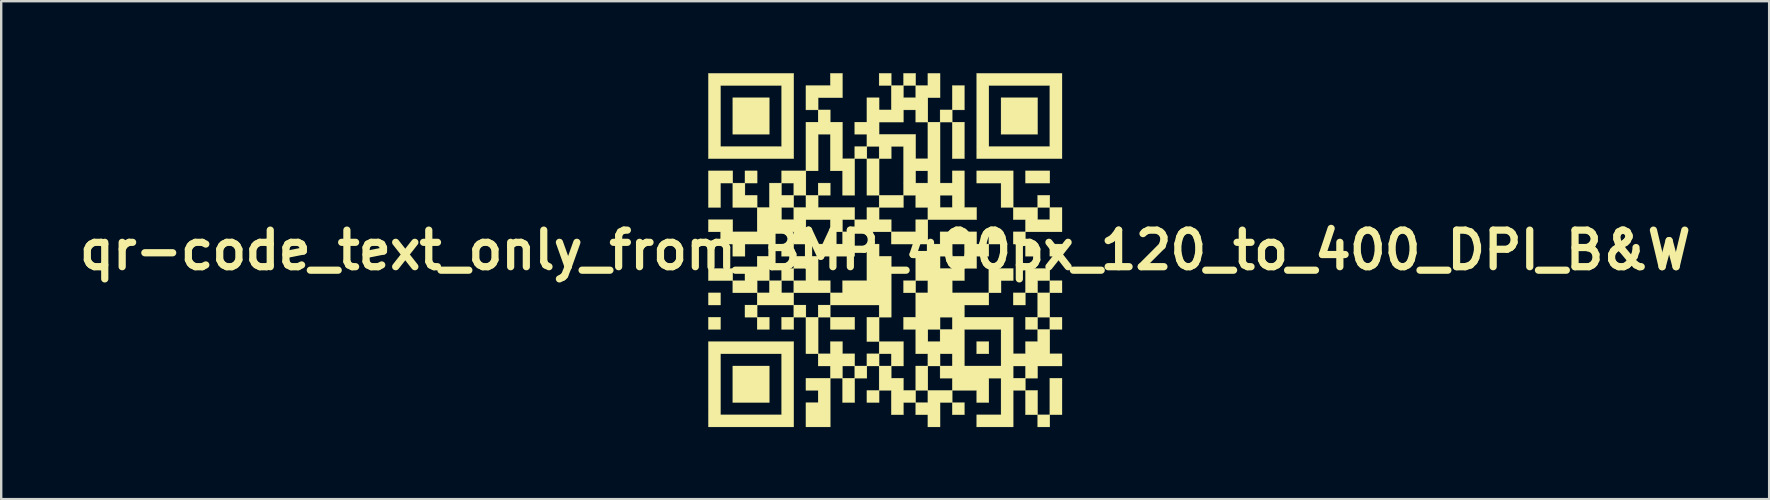
<source format=kicad_pcb>
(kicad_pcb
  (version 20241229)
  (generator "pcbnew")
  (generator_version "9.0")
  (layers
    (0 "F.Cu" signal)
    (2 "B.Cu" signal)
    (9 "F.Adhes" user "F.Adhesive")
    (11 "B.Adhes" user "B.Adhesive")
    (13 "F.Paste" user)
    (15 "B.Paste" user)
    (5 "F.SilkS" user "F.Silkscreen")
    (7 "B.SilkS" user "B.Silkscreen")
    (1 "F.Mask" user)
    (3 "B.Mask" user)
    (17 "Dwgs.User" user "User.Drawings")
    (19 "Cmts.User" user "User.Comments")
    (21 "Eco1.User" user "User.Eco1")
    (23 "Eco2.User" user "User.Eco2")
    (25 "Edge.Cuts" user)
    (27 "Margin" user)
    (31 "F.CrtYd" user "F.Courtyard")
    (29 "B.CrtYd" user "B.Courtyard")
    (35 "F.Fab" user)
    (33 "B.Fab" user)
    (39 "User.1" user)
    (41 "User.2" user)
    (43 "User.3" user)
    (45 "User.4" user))
  (footprint "qr-code_text_only_from_BMP_400px_120_to_400_DPI_B&W"
    (layer "F.Cu")
    (at 33.826 7.371)
    (property "Reference" "qr-code_text_only_from_BMP_400px_120_to_400_DPI_B&W" (at 0 0 0) (layer "F.SilkS") (effects (font (size 1.524 1.524) (thickness 0.3))))
    (attr through_hole)
    (fp_poly (pts (xy -6.858 2.286) (xy -7.366 2.286) (xy -7.366 1.778) (xy -6.858 1.778) (xy -6.858 2.286)) (stroke (width 0.01) (type solid)) (fill yes) (layer "F.SilkS"))
    (fp_poly (pts (xy -6.858 3.302) (xy -7.366 3.302) (xy -7.366 2.794) (xy -6.858 2.794) (xy -6.858 3.302)) (stroke (width 0.01) (type solid)) (fill yes) (layer "F.SilkS"))
    (fp_poly (pts (xy -6.35 1.27) (xy -7.366 1.27) (xy -7.366 0.762) (xy -6.35 0.762) (xy -6.35 1.27)) (stroke (width 0.01) (type solid)) (fill yes) (layer "F.SilkS"))
    (fp_poly (pts (xy -5.334 -2.794) (xy -5.842 -2.794) (xy -5.842 -3.302) (xy -5.334 -3.302) (xy -5.334 -2.794)) (stroke (width 0.01) (type solid)) (fill yes) (layer "F.SilkS"))
    (fp_poly (pts (xy -5.334 2.794) (xy -5.842 2.794) (xy -5.842 2.286) (xy -5.334 2.286) (xy -5.334 2.794)) (stroke (width 0.01) (type solid)) (fill yes) (layer "F.SilkS"))
    (fp_poly (pts (xy -4.826 -4.826) (xy -6.35 -4.826) (xy -6.35 -6.35) (xy -4.826 -6.35) (xy -4.826 -4.826)) (stroke (width 0.01) (type solid)) (fill yes) (layer "F.SilkS"))
    (fp_poly (pts (xy -4.826 3.302) (xy -5.334 3.302) (xy -5.334 2.794) (xy -4.826 2.794) (xy -4.826 3.302)) (stroke (width 0.01) (type solid)) (fill yes) (layer "F.SilkS"))
    (fp_poly (pts (xy -4.826 6.35) (xy -6.35 6.35) (xy -6.35 4.826) (xy -4.826 4.826) (xy -4.826 6.35)) (stroke (width 0.01) (type solid)) (fill yes) (layer "F.SilkS"))
    (fp_poly (pts (xy -3.81 0.254) (xy -4.318 0.254) (xy -4.318 -0.254) (xy -3.81 -0.254) (xy -3.81 0.254)) (stroke (width 0.01) (type solid)) (fill yes) (layer "F.SilkS"))
    (fp_poly (pts (xy -3.81 3.302) (xy -4.318 3.302) (xy -4.318 2.794) (xy -3.81 2.794) (xy -3.81 3.302)) (stroke (width 0.01) (type solid)) (fill yes) (layer "F.SilkS"))
    (fp_poly (pts (xy -3.302 2.794) (xy -3.81 2.794) (xy -3.81 2.286) (xy -3.302 2.286) (xy -3.302 2.794)) (stroke (width 0.01) (type solid)) (fill yes) (layer "F.SilkS"))
    (fp_poly (pts (xy -2.794 4.318) (xy -3.302 4.318) (xy -3.302 2.794) (xy -2.794 2.794) (xy -2.794 4.318)) (stroke (width 0.01) (type solid)) (fill yes) (layer "F.SilkS"))
    (fp_poly (pts (xy -2.286 -2.286) (xy -2.794 -2.286) (xy -2.794 -2.794) (xy -2.286 -2.794) (xy -2.286 -2.286)) (stroke (width 0.01) (type solid)) (fill yes) (layer "F.SilkS"))
    (fp_poly (pts (xy -2.286 2.794) (xy -2.794 2.794) (xy -2.794 2.286) (xy -2.286 2.286) (xy -2.286 2.794)) (stroke (width 0.01) (type solid)) (fill yes) (layer "F.SilkS"))
    (fp_poly (pts (xy -1.27 3.302) (xy -2.286 3.302) (xy -2.286 2.794) (xy -1.27 2.794) (xy -1.27 3.302)) (stroke (width 0.01) (type solid)) (fill yes) (layer "F.SilkS"))
    (fp_poly (pts (xy -0.762 -3.81) (xy -1.27 -3.81) (xy -1.27 -4.318) (xy -0.762 -4.318) (xy -0.762 -3.81)) (stroke (width 0.01) (type solid)) (fill yes) (layer "F.SilkS"))
    (fp_poly (pts (xy -0.254 -2.286) (xy -0.762 -2.286) (xy -0.762 -3.81) (xy -0.254 -3.81) (xy -0.254 -2.286)) (stroke (width 0.01) (type solid)) (fill yes) (layer "F.SilkS"))
    (fp_poly (pts (xy -0.254 3.81) (xy -0.762 3.81) (xy -0.762 2.794) (xy -0.254 2.794) (xy -0.254 3.81)) (stroke (width 0.01) (type solid)) (fill yes) (layer "F.SilkS"))
    (fp_poly (pts (xy -0.254 4.826) (xy -0.762 4.826) (xy -0.762 4.318) (xy -0.254 4.318) (xy -0.254 4.826)) (stroke (width 0.01) (type solid)) (fill yes) (layer "F.SilkS"))
    (fp_poly (pts (xy -0.254 6.35) (xy -0.762 6.35) (xy -0.762 5.842) (xy -0.254 5.842) (xy -0.254 6.35)) (stroke (width 0.01) (type solid)) (fill yes) (layer "F.SilkS"))
    (fp_poly (pts (xy 0.254 -6.858) (xy -0.254 -6.858) (xy -0.254 -7.366) (xy 0.254 -7.366) (xy 0.254 -6.858)) (stroke (width 0.01) (type solid)) (fill yes) (layer "F.SilkS"))
    (fp_poly (pts (xy 0.762 -1.778) (xy -0.254 -1.778) (xy -0.254 -2.286) (xy 0.762 -2.286) (xy 0.762 -1.778)) (stroke (width 0.01) (type solid)) (fill yes) (layer "F.SilkS"))
    (fp_poly (pts (xy 1.27 1.778) (xy 0.762 1.778) (xy 0.762 1.27) (xy 1.27 1.27) (xy 1.27 1.778)) (stroke (width 0.01) (type solid)) (fill yes) (layer "F.SilkS"))
    (fp_poly (pts (xy 1.778 5.842) (xy 1.27 5.842) (xy 1.27 4.826) (xy 1.778 4.826) (xy 1.778 5.842)) (stroke (width 0.01) (type solid)) (fill yes) (layer "F.SilkS"))
    (fp_poly (pts (xy 2.794 -5.334) (xy 2.286 -5.334) (xy 2.286 -5.842) (xy 2.794 -5.842) (xy 2.794 -5.334)) (stroke (width 0.01) (type solid)) (fill yes) (layer "F.SilkS"))
    (fp_poly (pts (xy 3.302 -5.842) (xy 2.794 -5.842) (xy 2.794 -6.858) (xy 3.302 -6.858) (xy 3.302 -5.842)) (stroke (width 0.01) (type solid)) (fill yes) (layer "F.SilkS"))
    (fp_poly (pts (xy 3.302 -3.81) (xy 2.794 -3.81) (xy 2.794 -5.334) (xy 3.302 -5.334) (xy 3.302 -3.81)) (stroke (width 0.01) (type solid)) (fill yes) (layer "F.SilkS"))
    (fp_poly (pts (xy 3.302 6.858) (xy 2.794 6.858) (xy 2.794 6.35) (xy 3.302 6.35) (xy 3.302 6.858)) (stroke (width 0.01) (type solid)) (fill yes) (layer "F.SilkS"))
    (fp_poly (pts (xy 4.318 4.318) (xy 3.81 4.318) (xy 3.81 3.81) (xy 4.318 3.81) (xy 4.318 4.318)) (stroke (width 0.01) (type solid)) (fill yes) (layer "F.SilkS"))
    (fp_poly (pts (xy 4.826 -0.254) (xy 4.318 -0.254) (xy 4.318 -0.762) (xy 4.826 -0.762) (xy 4.826 -0.254)) (stroke (width 0.01) (type solid)) (fill yes) (layer "F.SilkS"))
    (fp_poly (pts (xy 5.842 -0.254) (xy 5.334 -0.254) (xy 5.334 -0.762) (xy 5.842 -0.762) (xy 5.842 -0.254)) (stroke (width 0.01) (type solid)) (fill yes) (layer "F.SilkS"))
    (fp_poly (pts (xy 5.842 2.286) (xy 5.334 2.286) (xy 5.334 1.778) (xy 5.842 1.778) (xy 5.842 2.286)) (stroke (width 0.01) (type solid)) (fill yes) (layer "F.SilkS"))
    (fp_poly (pts (xy 6.35 -4.826) (xy 4.826 -4.826) (xy 4.826 -6.35) (xy 6.35 -6.35) (xy 6.35 -4.826)) (stroke (width 0.01) (type solid)) (fill yes) (layer "F.SilkS"))
    (fp_poly (pts (xy 6.35 0.254) (xy 5.842 0.254) (xy 5.842 -0.254) (xy 6.35 -0.254) (xy 6.35 0.254)) (stroke (width 0.01) (type solid)) (fill yes) (layer "F.SilkS"))
    (fp_poly (pts (xy 6.35 3.302) (xy 5.842 3.302) (xy 5.842 2.794) (xy 6.35 2.794) (xy 6.35 3.302)) (stroke (width 0.01) (type solid)) (fill yes) (layer "F.SilkS"))
    (fp_poly (pts (xy 6.35 6.858) (xy 5.842 6.858) (xy 5.842 5.842) (xy 6.35 5.842) (xy 6.35 6.858)) (stroke (width 0.01) (type solid)) (fill yes) (layer "F.SilkS"))
    (fp_poly (pts (xy 6.858 -2.794) (xy 5.842 -2.794) (xy 5.842 -3.302) (xy 6.858 -3.302) (xy 6.858 -2.794)) (stroke (width 0.01) (type solid)) (fill yes) (layer "F.SilkS"))
    (fp_poly (pts (xy 6.858 2.794) (xy 6.35 2.794) (xy 6.35 1.778) (xy 6.858 1.778) (xy 6.858 2.794)) (stroke (width 0.01) (type solid)) (fill yes) (layer "F.SilkS"))
    (fp_poly (pts (xy 6.858 7.366) (xy 6.35 7.366) (xy 6.35 6.858) (xy 6.858 6.858) (xy 6.858 7.366)) (stroke (width 0.01) (type solid)) (fill yes) (layer "F.SilkS"))
    (fp_poly (pts (xy 7.366 0.254) (xy 6.858 0.254) (xy 6.858 -0.254) (xy 7.366 -0.254) (xy 7.366 0.254)) (stroke (width 0.01) (type solid)) (fill yes) (layer "F.SilkS"))
    (fp_poly (pts (xy 7.366 1.778) (xy 6.858 1.778) (xy 6.858 1.27) (xy 7.366 1.27) (xy 7.366 1.778)) (stroke (width 0.01) (type solid)) (fill yes) (layer "F.SilkS"))
    (fp_poly (pts (xy 7.366 3.302) (xy 6.858 3.302) (xy 6.858 2.794) (xy 7.366 2.794) (xy 7.366 3.302)) (stroke (width 0.01) (type solid)) (fill yes) (layer "F.SilkS"))
    (fp_poly (pts (xy 7.366 6.858) (xy 6.858 6.858) (xy 6.858 5.334) (xy 7.366 5.334) (xy 7.366 6.858)) (stroke (width 0.01) (type solid)) (fill yes) (layer "F.SilkS"))
    (fp_poly (pts (xy -6.35 -2.794) (xy -6.858 -2.794) (xy -6.858 -1.778) (xy -7.366 -1.778) (xy -7.366 -3.302) (xy -6.35 -3.302) (xy -6.35 -2.794)) (stroke (width 0.01) (type solid)) (fill yes) (layer "F.SilkS"))
    (fp_poly (pts (xy -5.842 -2.286) (xy -5.334 -2.286) (xy -5.334 -1.778) (xy -6.35 -1.778) (xy -6.35 -2.794) (xy -5.842 -2.794) (xy -5.842 -2.286)) (stroke (width 0.01) (type solid)) (fill yes) (layer "F.SilkS"))
    (fp_poly (pts (xy -1.27 0.254) (xy -2.794 0.254) (xy -2.794 -0.254) (xy -1.778 -0.254) (xy -1.778 -0.762) (xy -1.27 -0.762) (xy -1.27 0.254)) (stroke (width 0.01) (type solid)) (fill yes) (layer "F.SilkS"))
    (fp_poly (pts (xy 0.762 4.826) (xy 0.254 4.826) (xy 0.254 4.318) (xy -0.254 4.318) (xy -0.254 3.81) (xy 0.762 3.81) (xy 0.762 4.826)) (stroke (width 0.01) (type solid)) (fill yes) (layer "F.SilkS"))
    (fp_poly (pts (xy 1.778 -0.254) (xy 0.254 -0.254) (xy 0.254 -0.762) (xy 1.27 -0.762) (xy 1.27 -1.27) (xy 1.778 -1.27) (xy 1.778 -0.254)) (stroke (width 0.01) (type solid)) (fill yes) (layer "F.SilkS"))
    (fp_poly (pts (xy 5.334 -1.778) (xy 4.826 -1.778) (xy 4.826 -2.794) (xy 3.81 -2.794) (xy 3.81 -3.302) (xy 5.334 -3.302) (xy 5.334 -1.778)) (stroke (width 0.01) (type solid)) (fill yes) (layer "F.SilkS"))
    (fp_poly (pts (xy 5.334 1.27) (xy 4.826 1.27) (xy 4.826 1.778) (xy 4.318 1.778) (xy 4.318 0.762) (xy 5.334 0.762) (xy 5.334 1.27)) (stroke (width 0.01) (type solid)) (fill yes) (layer "F.SilkS"))
    (fp_poly (pts (xy 6.858 1.27) (xy 6.35 1.27) (xy 6.35 1.778) (xy 5.842 1.778) (xy 5.842 0.762) (xy 6.858 0.762) (xy 6.858 1.27)) (stroke (width 0.01) (type solid)) (fill yes) (layer "F.SilkS"))
    (fp_poly (pts (xy -2.286 7.366) (xy -3.302 7.366) (xy -3.302 6.35) (xy -2.794 6.35) (xy -2.794 5.842) (xy -3.302 5.842) (xy -3.302 5.334) (xy -2.286 5.334) (xy -2.286 7.366)) (stroke (width 0.01) (type solid)) (fill yes) (layer "F.SilkS"))
    (fp_poly (pts (xy -1.778 -6.35) (xy -2.794 -6.35) (xy -2.794 -5.842) (xy -3.302 -5.842) (xy -3.302 -6.858) (xy -2.286 -6.858) (xy -2.286 -7.366) (xy -1.778 -7.366) (xy -1.778 -6.35)) (stroke (width 0.01) (type solid)) (fill yes) (layer "F.SilkS"))
    (fp_poly (pts (xy -0.254 -1.27) (xy 0.254 -1.27) (xy 0.254 -0.762) (xy -1.27 -0.762) (xy -1.27 -1.27) (xy -0.762 -1.27) (xy -0.762 -1.778) (xy -0.254 -1.778) (xy -0.254 -1.27)) (stroke (width 0.01) (type solid)) (fill yes) (layer "F.SilkS"))
    (fp_poly (pts (xy 2.794 6.35) (xy 2.286 6.35) (xy 2.286 7.366) (xy 1.778 7.366) (xy 1.778 6.858) (xy 1.27 6.858) (xy 1.27 6.35) (xy 1.778 6.35) (xy 1.778 5.842) (xy 2.794 5.842) (xy 2.794 6.35)) (stroke (width 0.01) (type solid)) (fill yes) (layer "F.SilkS"))
    (fp_poly (pts (xy -3.81 -3.81) (xy -7.366 -3.81) (xy -7.366 -6.858) (xy -6.858 -6.858) (xy -6.858 -4.318) (xy -4.318 -4.318) (xy -4.318 -6.858) (xy -6.858 -6.858) (xy -7.366 -6.858) (xy -7.366 -7.366) (xy -3.81 -7.366) (xy -3.81 -3.81)) (stroke (width 0.01) (type solid)) (fill yes) (layer "F.SilkS"))
    (fp_poly (pts (xy -3.81 7.366) (xy -7.366 7.366) (xy -7.366 4.318) (xy -6.858 4.318) (xy -6.858 6.858) (xy -4.318 6.858) (xy -4.318 4.318) (xy -6.858 4.318) (xy -7.366 4.318) (xy -7.366 3.81) (xy -3.81 3.81) (xy -3.81 7.366)) (stroke (width 0.01) (type solid)) (fill yes) (layer "F.SilkS"))
    (fp_poly (pts (xy 7.366 -3.81) (xy 3.81 -3.81) (xy 3.81 -6.858) (xy 4.318 -6.858) (xy 4.318 -4.318) (xy 6.858 -4.318) (xy 6.858 -6.858) (xy 4.318 -6.858) (xy 3.81 -6.858) (xy 3.81 -7.366) (xy 7.366 -7.366) (xy 7.366 -3.81)) (stroke (width 0.01) (type solid)) (fill yes) (layer "F.SilkS"))
    (fp_poly (pts (xy -2.286 1.778) (xy -1.778 1.778) (xy -1.778 1.27) (xy -0.762 1.27) (xy -0.762 -0.254) (xy -0.254 -0.254) (xy -0.254 0.254) (xy 0.254 0.254) (xy 0.254 2.794) (xy -0.254 2.794) (xy -0.254 2.286) (xy -2.286 2.286) (xy -2.286 1.778)) (stroke (width 0.01) (type solid)) (fill yes) (layer "F.SilkS"))
    (fp_poly (pts (xy -0.254 4.826) (xy 0.254 4.826) (xy 0.254 5.334) (xy 0.762 5.334) (xy 0.762 5.842) (xy 1.27 5.842) (xy 1.27 6.35) (xy 0.762 6.35) (xy 0.762 6.858) (xy 0.254 6.858) (xy 0.254 5.842) (xy -0.254 5.842) (xy -0.254 4.826)) (stroke (width 0.01) (type solid)) (fill yes) (layer "F.SilkS"))
    (fp_poly (pts (xy 7.366 -1.778) (xy 7.366 -0.762) (xy 5.842 -0.762) (xy 5.842 -1.27) (xy 5.334 -1.27) (xy 5.334 -1.778) (xy 6.35 -1.778) (xy 6.35 -1.27) (xy 6.858 -1.27) (xy 6.858 -1.778) (xy 6.35 -1.778) (xy 6.35 -2.286) (xy 6.858 -2.286) (xy 6.858 -1.778) (xy 7.366 -1.778)) (stroke (width 0.01) (type solid)) (fill yes) (layer "F.SilkS"))
    (fp_poly (pts (xy -2.286 -5.334) (xy -1.778 -5.334) (xy -1.778 -3.81) (xy -1.27 -3.81) (xy -1.27 -2.286) (xy -1.778 -2.286) (xy -1.778 -3.302) (xy -2.286 -3.302) (xy -2.286 -4.826) (xy -2.794 -4.826) (xy -2.794 -3.302) (xy -3.302 -3.302) (xy -3.302 -5.334) (xy -2.794 -5.334) (xy -2.794 -5.842) (xy -2.286 -5.842) (xy -2.286 -5.334)) (stroke (width 0.01) (type solid)) (fill yes) (layer "F.SilkS"))
    (fp_poly (pts (xy -2.286 4.826) (xy -1.778 4.826) (xy -1.778 5.334) (xy -1.27 5.334) (xy -1.27 4.826) (xy -1.778 4.826) (xy -2.286 4.826) (xy -2.794 4.826) (xy -2.794 4.318) (xy -2.286 4.318) (xy -2.286 3.81) (xy -1.778 3.81) (xy -1.778 4.318) (xy -1.27 4.318) (xy -1.27 4.826) (xy -0.762 4.826) (xy -0.762 5.334) (xy -1.27 5.334) (xy -1.27 6.35) (xy -1.778 6.35) (xy -1.778 5.334) (xy -2.286 5.334) (xy -2.286 4.826)) (stroke (width 0.01) (type solid)) (fill yes) (layer "F.SilkS"))
    (fp_poly (pts (xy -4.826 1.27) (xy -4.318 1.27) (xy -4.318 1.778) (xy -3.81 1.778) (xy -3.81 1.27) (xy -4.318 1.27) (xy -4.318 0.762) (xy -3.81 0.762) (xy -3.81 1.27) (xy -3.302 1.27) (xy -3.302 0.762) (xy -3.81 0.762) (xy -3.81 0.254) (xy -2.794 0.254) (xy -2.794 1.27) (xy -2.286 1.27) (xy -2.286 1.778) (xy -3.81 1.778) (xy -3.81 2.286) (xy -5.334 2.286) (xy -5.334 1.778) (xy -6.35 1.778) (xy -6.35 1.27) (xy -5.842 1.27) (xy -5.334 1.27) (xy -5.334 1.778) (xy -4.826 1.778) (xy -4.826 1.27) (xy -5.334 1.27) (xy -5.842 1.27) (xy -5.842 0.762) (xy -5.334 0.762) (xy -5.334 0.254) (xy -4.826 0.254) (xy -4.826 1.27)) (stroke (width 0.01) (type solid)) (fill yes) (layer "F.SilkS"))
    (fp_poly (pts (xy -2.794 -2.286) (xy -2.794 -1.778) (xy -1.27 -1.778) (xy -1.27 -1.27) (xy -1.778 -1.27) (xy -1.778 -0.762) (xy -2.286 -0.762) (xy -2.286 -1.27) (xy -3.302 -1.27) (xy -3.302 -0.254) (xy -3.81 -0.254) (xy -3.81 -0.762) (xy -4.826 -0.762) (xy -4.826 -0.254) (xy -5.842 -0.254) (xy -5.842 0.254) (xy -6.35 0.254) (xy -6.35 -0.254) (xy -6.858 -0.254) (xy -6.858 -0.762) (xy -7.366 -0.762) (xy -7.366 -1.27) (xy -6.35 -1.27) (xy -6.35 -0.762) (xy -5.334 -0.762) (xy -5.334 -1.778) (xy -4.826 -1.778) (xy -4.318 -1.778) (xy -4.318 -1.27) (xy -3.81 -1.27) (xy -3.81 -1.778) (xy -4.318 -1.778) (xy -4.826 -1.778) (xy -4.826 -2.794) (xy -4.318 -2.794) (xy -4.318 -2.286) (xy -3.81 -2.286) (xy -3.81 -1.778) (xy -3.302 -1.778) (xy -3.302 -2.286) (xy -3.81 -2.286) (xy -3.81 -2.794) (xy -4.318 -2.794) (xy -4.318 -3.302) (xy -3.302 -3.302) (xy -3.302 -2.286) (xy -2.794 -2.286)) (stroke (width 0.01) (type solid)) (fill yes) (layer "F.SilkS"))
    (fp_poly (pts (xy -0.762 -4.826) (xy -1.27 -4.826) (xy -1.27 -5.334) (xy -0.762 -5.334) (xy -0.254 -5.334) (xy -0.254 -4.826) (xy 1.27 -4.826) (xy 1.27 -3.81) (xy 1.778 -3.81) (xy 1.778 -5.334) (xy 1.27 -5.334) (xy 1.27 -5.842) (xy 0.762 -5.842) (xy 0.762 -5.334) (xy -0.254 -5.334) (xy -0.762 -5.334) (xy -0.762 -6.35) (xy -0.254 -6.35) (xy -0.254 -5.842) (xy 0.254 -5.842) (xy 0.254 -6.858) (xy 0.762 -6.858) (xy 0.762 -6.35) (xy 1.27 -6.35) (xy 1.27 -6.858) (xy 0.762 -6.858) (xy 0.762 -7.366) (xy 1.27 -7.366) (xy 1.27 -6.858) (xy 1.778 -6.858) (xy 1.778 -7.366) (xy 2.286 -7.366) (xy 2.286 -6.35) (xy 1.778 -6.35) (xy 1.778 -5.334) (xy 2.286 -5.334) (xy 2.286 -2.794) (xy 2.794 -2.794) (xy 2.794 -3.302) (xy 3.302 -3.302) (xy 3.302 -1.778) (xy 3.81 -1.778) (xy 3.81 -1.27) (xy 1.778 -1.27) (xy 1.778 -1.778) (xy 1.27 -1.778) (xy 1.27 -2.286) (xy 2.286 -2.286) (xy 2.286 -1.778) (xy 2.794 -1.778) (xy 2.794 -2.286) (xy 2.286 -2.286) (xy 1.27 -2.286) (xy 0.762 -2.286) (xy 0.762 -3.302) (xy 1.27 -3.302) (xy 1.27 -2.794) (xy 1.778 -2.794) (xy 1.778 -3.302) (xy 1.27 -3.302) (xy 0.762 -3.302) (xy 0.762 -4.318) (xy 0.254 -4.318) (xy 0.254 -3.81) (xy -0.254 -3.81) (xy -0.254 -4.318) (xy -0.762 -4.318) (xy -0.762 -4.826)) (stroke (width 0.01) (type solid)) (fill yes) (layer "F.SilkS"))
    (fp_poly (pts (xy 2.794 5.334) (xy 2.286 5.334) (xy 2.286 4.826) (xy 1.778 4.826) (xy 1.778 4.318) (xy 2.286 4.318) (xy 2.286 4.826) (xy 2.794 4.826) (xy 2.794 4.318) (xy 2.286 4.318) (xy 1.778 4.318) (xy 1.27 4.318) (xy 1.27 3.302) (xy 1.778 3.302) (xy 1.778 3.81) (xy 2.286 3.81) (xy 2.286 3.302) (xy 1.778 3.302) (xy 1.27 3.302) (xy 0.762 3.302) (xy 0.762 2.794) (xy 1.27 2.794) (xy 2.286 2.794) (xy 2.286 3.302) (xy 2.794 3.302) (xy 3.302 3.302) (xy 3.302 4.826) (xy 4.826 4.826) (xy 5.334 4.826) (xy 5.334 5.334) (xy 5.842 5.334) (xy 5.842 4.826) (xy 5.334 4.826) (xy 4.826 4.826) (xy 4.826 3.302) (xy 3.302 3.302) (xy 2.794 3.302) (xy 2.794 2.794) (xy 2.286 2.794) (xy 1.27 2.794) (xy 1.27 1.778) (xy 1.778 1.778) (xy 1.778 1.27) (xy 1.27 1.27) (xy 1.27 0.254) (xy 1.778 0.254) (xy 2.286 0.254) (xy 2.286 0.762) (xy 2.794 0.762) (xy 2.794 0.254) (xy 2.286 0.254) (xy 1.778 0.254) (xy 1.778 -0.254) (xy 2.286 -0.254) (xy 2.794 -0.254) (xy 2.794 0.254) (xy 3.302 0.254) (xy 3.302 -0.254) (xy 2.794 -0.254) (xy 2.286 -0.254) (xy 2.286 -0.762) (xy 3.81 -0.762) (xy 3.81 -0.254) (xy 4.318 -0.254) (xy 4.318 0.254) (xy 3.81 0.254) (xy 3.81 0.762) (xy 3.302 0.762) (xy 3.302 1.27) (xy 2.794 1.27) (xy 2.794 1.778) (xy 4.318 1.778) (xy 4.318 2.286) (xy 3.302 2.286) (xy 3.302 2.794) (xy 5.334 2.794) (xy 5.334 4.318) (xy 5.842 4.318) (xy 5.842 3.81) (xy 6.35 3.81) (xy 6.35 3.302) (xy 6.858 3.302) (xy 6.858 4.318) (xy 7.366 4.318) (xy 7.366 4.826) (xy 6.35 4.826) (xy 6.35 5.334) (xy 5.842 5.334) (xy 5.842 5.842) (xy 5.334 5.842) (xy 5.334 7.366) (xy 3.81 7.366) (xy 3.81 6.858) (xy 4.826 6.858) (xy 4.826 5.334) (xy 4.318 5.334) (xy 4.318 6.35) (xy 3.81 6.35) (xy 3.81 5.842) (xy 2.794 5.842) (xy 2.794 5.334)) (stroke (width 0.01) (type solid)) (fill yes) (layer "F.SilkS")))
  (gr_rect
    (start -3 -3)
    (end 70.651 17.742)
    (stroke (width 0.1) (type default))
    (fill no)
    (layer "Edge.Cuts")))
</source>
